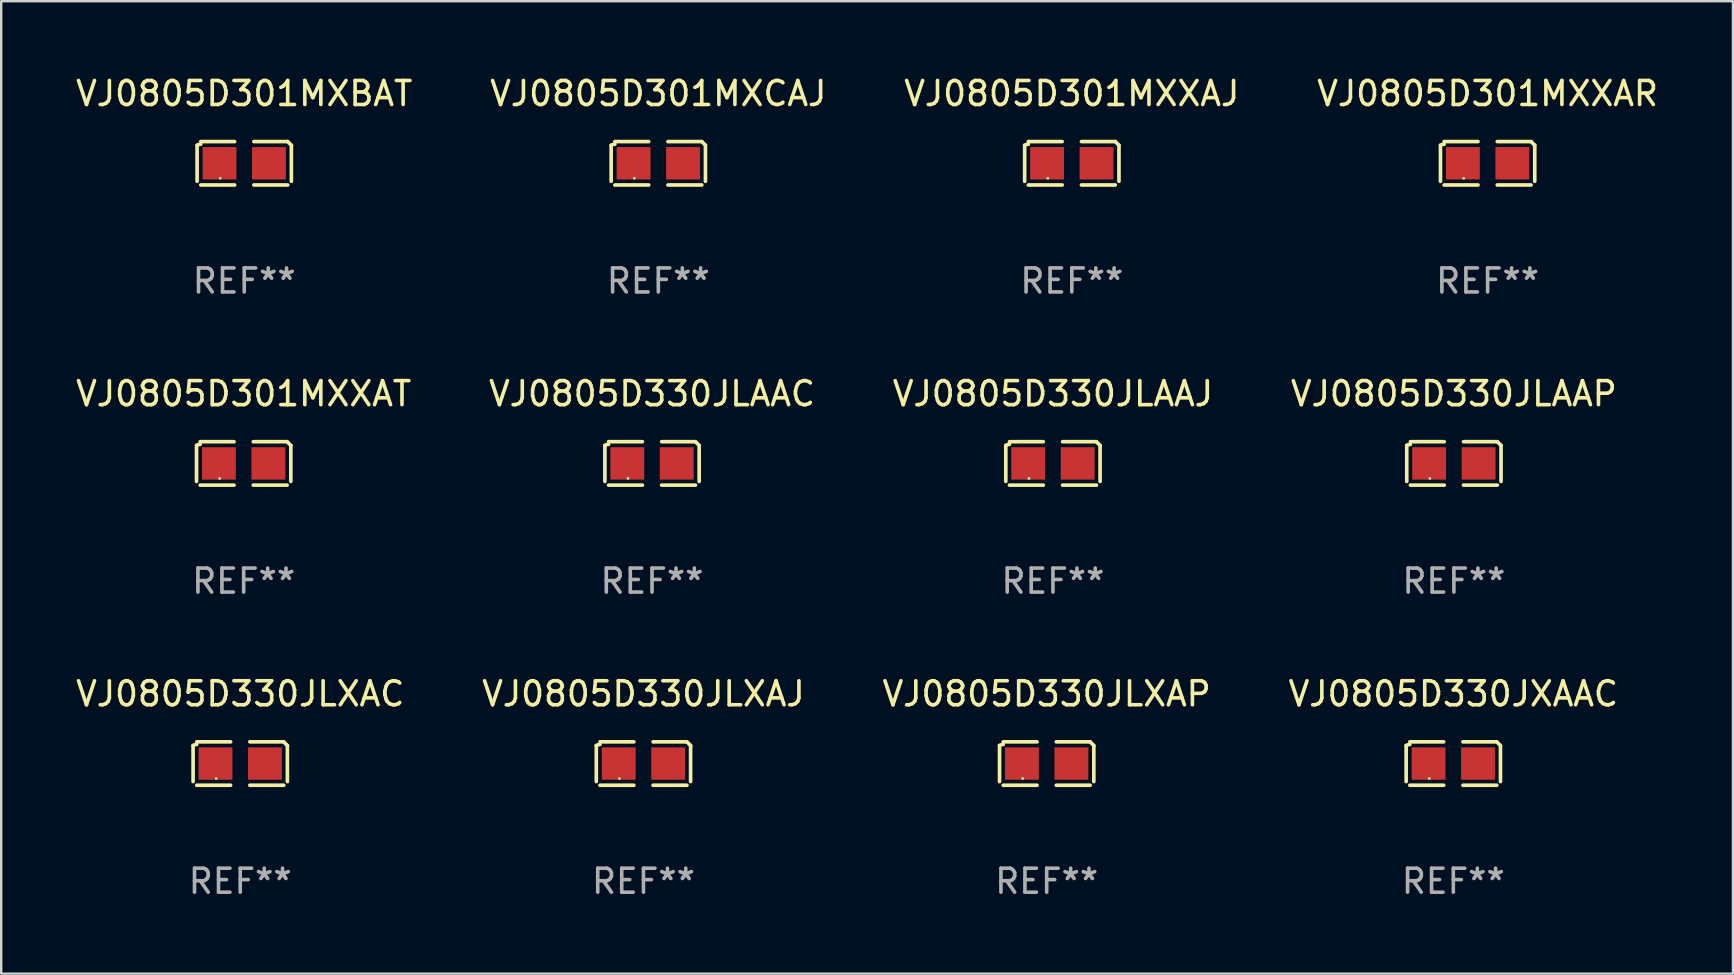
<source format=kicad_pcb>
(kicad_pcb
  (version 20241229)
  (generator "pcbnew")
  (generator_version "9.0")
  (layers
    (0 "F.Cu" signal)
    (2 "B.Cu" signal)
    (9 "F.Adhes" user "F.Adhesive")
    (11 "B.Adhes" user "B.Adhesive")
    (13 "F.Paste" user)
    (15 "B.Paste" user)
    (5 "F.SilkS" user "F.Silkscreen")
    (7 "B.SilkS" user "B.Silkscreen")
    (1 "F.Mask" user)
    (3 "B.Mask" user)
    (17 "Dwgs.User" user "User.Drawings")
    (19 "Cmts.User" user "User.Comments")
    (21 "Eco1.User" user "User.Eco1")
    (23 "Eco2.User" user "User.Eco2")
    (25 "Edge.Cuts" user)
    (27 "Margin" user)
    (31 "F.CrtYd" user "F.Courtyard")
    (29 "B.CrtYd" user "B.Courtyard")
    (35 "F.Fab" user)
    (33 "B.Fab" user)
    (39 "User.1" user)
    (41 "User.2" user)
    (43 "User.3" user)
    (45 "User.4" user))
  (footprint "VJ0805D330JLXAJ"
    (layer "F.Cu")
    (at 23.756 28.759)
    (property "Reference" "VJ0805D330JLXAJ" (at 0 -2.904 0) (layer "F.SilkS") (effects (font (size 1 1) (thickness 0.15))))
    (attr through_hole)
    (fp_line (start -1.964 0.751) (end -1.964 -0.751) (stroke (width 0.152) (type solid)) (layer "F.SilkS"))
    (fp_line (start -1.811 -0.904) (end -0.401 -0.904) (stroke (width 0.152) (type solid)) (layer "F.SilkS"))
    (fp_line (start -0.401 0.904) (end -1.811 0.904) (stroke (width 0.152) (type solid)) (layer "F.SilkS"))
    (fp_line (start 0.401 0.904) (end 1.811 0.904) (stroke (width 0.152) (type solid)) (layer "F.SilkS"))
    (fp_line (start 1.811 -0.904) (end 0.401 -0.904) (stroke (width 0.152) (type solid)) (layer "F.SilkS"))
    (fp_line (start 1.964 0.751) (end 1.964 -0.751) (stroke (width 0.152) (type solid)) (layer "F.SilkS"))
    (fp_arc (start -1.963602 -0.751207) (mid -1.890354 -0.783131) (end -1.811201 -0.794044) (stroke (width 0.1524) (type solid)) (layer "F.SilkS"))
    (fp_arc (start 1.811202 -0.903607) (mid 1.887413 -0.827418) (end 1.963602 -0.751207) (stroke (width 0.1524) (type solid)) (layer "F.SilkS"))
    (fp_circle (center -1 0.625) (end -0.97 0.625) (stroke (width 0.06) (type solid)) (fill no) (layer "F.SilkS"))
    (fp_text user "REF**" (at 0 4.904 0) (layer "F.Fab") (effects (font (size 1 1) (thickness 0.15))))
    (pad "1" smd rect (at -1.03 0) (size 1.41 1.35) (layers "F.Cu" "F.Mask" "F.Paste"))
    (pad "2" smd rect (at 1.03 0) (size 1.41 1.35) (layers "F.Cu" "F.Mask" "F.Paste")))
  (footprint "VJ0805D301MXCAJ"
    (layer "F.Cu")
    (at 24.375 3.752)
    (property "Reference" "VJ0805D301MXCAJ" (at 0 -2.904 0) (layer "F.SilkS") (effects (font (size 1 1) (thickness 0.15))))
    (attr through_hole)
    (fp_line (start -1.964 0.751) (end -1.964 -0.751) (stroke (width 0.152) (type solid)) (layer "F.SilkS"))
    (fp_line (start -1.811 -0.904) (end -0.401 -0.904) (stroke (width 0.152) (type solid)) (layer "F.SilkS"))
    (fp_line (start -0.401 0.904) (end -1.811 0.904) (stroke (width 0.152) (type solid)) (layer "F.SilkS"))
    (fp_line (start 0.401 0.904) (end 1.811 0.904) (stroke (width 0.152) (type solid)) (layer "F.SilkS"))
    (fp_line (start 1.811 -0.904) (end 0.401 -0.904) (stroke (width 0.152) (type solid)) (layer "F.SilkS"))
    (fp_line (start 1.964 0.751) (end 1.964 -0.751) (stroke (width 0.152) (type solid)) (layer "F.SilkS"))
    (fp_arc (start -1.963602 -0.751207) (mid -1.890354 -0.783131) (end -1.811201 -0.794044) (stroke (width 0.1524) (type solid)) (layer "F.SilkS"))
    (fp_arc (start 1.811202 -0.903607) (mid 1.887413 -0.827418) (end 1.963602 -0.751207) (stroke (width 0.1524) (type solid)) (layer "F.SilkS"))
    (fp_circle (center -1 0.625) (end -0.97 0.625) (stroke (width 0.06) (type solid)) (fill no) (layer "F.SilkS"))
    (fp_text user "REF**" (at 0 4.904 0) (layer "F.Fab") (effects (font (size 1 1) (thickness 0.15))))
    (pad "1" smd rect (at -1.03 0) (size 1.41 1.35) (layers "F.Cu" "F.Mask" "F.Paste"))
    (pad "2" smd rect (at 1.03 0) (size 1.41 1.35) (layers "F.Cu" "F.Mask" "F.Paste")))
  (footprint "VJ0805D301MXXAJ"
    (layer "F.Cu")
    (at 41.601 3.752)
    (property "Reference" "VJ0805D301MXXAJ" (at 0 -2.904 0) (layer "F.SilkS") (effects (font (size 1 1) (thickness 0.15))))
    (attr through_hole)
    (fp_line (start -1.964 0.751) (end -1.964 -0.751) (stroke (width 0.152) (type solid)) (layer "F.SilkS"))
    (fp_line (start -1.811 -0.904) (end -0.401 -0.904) (stroke (width 0.152) (type solid)) (layer "F.SilkS"))
    (fp_line (start -0.401 0.904) (end -1.811 0.904) (stroke (width 0.152) (type solid)) (layer "F.SilkS"))
    (fp_line (start 0.401 0.904) (end 1.811 0.904) (stroke (width 0.152) (type solid)) (layer "F.SilkS"))
    (fp_line (start 1.811 -0.904) (end 0.401 -0.904) (stroke (width 0.152) (type solid)) (layer "F.SilkS"))
    (fp_line (start 1.964 0.751) (end 1.964 -0.751) (stroke (width 0.152) (type solid)) (layer "F.SilkS"))
    (fp_arc (start -1.963602 -0.751207) (mid -1.890354 -0.783131) (end -1.811201 -0.794044) (stroke (width 0.1524) (type solid)) (layer "F.SilkS"))
    (fp_arc (start 1.811202 -0.903607) (mid 1.887413 -0.827418) (end 1.963602 -0.751207) (stroke (width 0.1524) (type solid)) (layer "F.SilkS"))
    (fp_circle (center -1 0.625) (end -0.97 0.625) (stroke (width 0.06) (type solid)) (fill no) (layer "F.SilkS"))
    (fp_text user "REF**" (at 0 4.904 0) (layer "F.Fab") (effects (font (size 1 1) (thickness 0.15))))
    (pad "1" smd rect (at -1.03 0) (size 1.41 1.35) (layers "F.Cu" "F.Mask" "F.Paste"))
    (pad "2" smd rect (at 1.03 0) (size 1.41 1.35) (layers "F.Cu" "F.Mask" "F.Paste")))
  (footprint "VJ0805D330JLXAC"
    (layer "F.Cu")
    (at 6.958 28.759)
    (property "Reference" "VJ0805D330JLXAC" (at 0 -2.904 0) (layer "F.SilkS") (effects (font (size 1 1) (thickness 0.15))))
    (attr through_hole)
    (fp_line (start -1.964 0.751) (end -1.964 -0.751) (stroke (width 0.152) (type solid)) (layer "F.SilkS"))
    (fp_line (start -1.811 -0.904) (end -0.401 -0.904) (stroke (width 0.152) (type solid)) (layer "F.SilkS"))
    (fp_line (start -0.401 0.904) (end -1.811 0.904) (stroke (width 0.152) (type solid)) (layer "F.SilkS"))
    (fp_line (start 0.401 0.904) (end 1.811 0.904) (stroke (width 0.152) (type solid)) (layer "F.SilkS"))
    (fp_line (start 1.811 -0.904) (end 0.401 -0.904) (stroke (width 0.152) (type solid)) (layer "F.SilkS"))
    (fp_line (start 1.964 0.751) (end 1.964 -0.751) (stroke (width 0.152) (type solid)) (layer "F.SilkS"))
    (fp_arc (start -1.963602 -0.751207) (mid -1.890354 -0.783131) (end -1.811201 -0.794044) (stroke (width 0.1524) (type solid)) (layer "F.SilkS"))
    (fp_arc (start 1.811202 -0.903607) (mid 1.887413 -0.827418) (end 1.963602 -0.751207) (stroke (width 0.1524) (type solid)) (layer "F.SilkS"))
    (fp_circle (center -1 0.625) (end -0.97 0.625) (stroke (width 0.06) (type solid)) (fill no) (layer "F.SilkS"))
    (fp_text user "REF**" (at 0 4.904 0) (layer "F.Fab") (effects (font (size 1 1) (thickness 0.15))))
    (pad "1" smd rect (at -1.03 0) (size 1.41 1.35) (layers "F.Cu" "F.Mask" "F.Paste"))
    (pad "2" smd rect (at 1.03 0) (size 1.41 1.35) (layers "F.Cu" "F.Mask" "F.Paste")))
  (footprint "VJ0805D330JXAAC"
    (layer "F.Cu")
    (at 57.494 28.759)
    (property "Reference" "VJ0805D330JXAAC" (at 0 -2.904 0) (layer "F.SilkS") (effects (font (size 1 1) (thickness 0.15))))
    (attr through_hole)
    (fp_line (start -1.964 0.751) (end -1.964 -0.751) (stroke (width 0.152) (type solid)) (layer "F.SilkS"))
    (fp_line (start -1.811 -0.904) (end -0.401 -0.904) (stroke (width 0.152) (type solid)) (layer "F.SilkS"))
    (fp_line (start -0.401 0.904) (end -1.811 0.904) (stroke (width 0.152) (type solid)) (layer "F.SilkS"))
    (fp_line (start 0.401 0.904) (end 1.811 0.904) (stroke (width 0.152) (type solid)) (layer "F.SilkS"))
    (fp_line (start 1.811 -0.904) (end 0.401 -0.904) (stroke (width 0.152) (type solid)) (layer "F.SilkS"))
    (fp_line (start 1.964 0.751) (end 1.964 -0.751) (stroke (width 0.152) (type solid)) (layer "F.SilkS"))
    (fp_arc (start -1.963602 -0.751207) (mid -1.890354 -0.783131) (end -1.811201 -0.794044) (stroke (width 0.1524) (type solid)) (layer "F.SilkS"))
    (fp_arc (start 1.811202 -0.903607) (mid 1.887413 -0.827418) (end 1.963602 -0.751207) (stroke (width 0.1524) (type solid)) (layer "F.SilkS"))
    (fp_circle (center -1 0.625) (end -0.97 0.625) (stroke (width 0.06) (type solid)) (fill no) (layer "F.SilkS"))
    (fp_text user "REF**" (at 0 4.904 0) (layer "F.Fab") (effects (font (size 1 1) (thickness 0.15))))
    (pad "1" smd rect (at -1.03 0) (size 1.41 1.35) (layers "F.Cu" "F.Mask" "F.Paste"))
    (pad "2" smd rect (at 1.03 0) (size 1.41 1.35) (layers "F.Cu" "F.Mask" "F.Paste")))
  (footprint "VJ0805D301MXXAR"
    (layer "F.Cu")
    (at 58.923 3.752)
    (property "Reference" "VJ0805D301MXXAR" (at 0 -2.904 0) (layer "F.SilkS") (effects (font (size 1 1) (thickness 0.15))))
    (attr through_hole)
    (fp_line (start -1.964 0.751) (end -1.964 -0.751) (stroke (width 0.152) (type solid)) (layer "F.SilkS"))
    (fp_line (start -1.811 -0.904) (end -0.401 -0.904) (stroke (width 0.152) (type solid)) (layer "F.SilkS"))
    (fp_line (start -0.401 0.904) (end -1.811 0.904) (stroke (width 0.152) (type solid)) (layer "F.SilkS"))
    (fp_line (start 0.401 0.904) (end 1.811 0.904) (stroke (width 0.152) (type solid)) (layer "F.SilkS"))
    (fp_line (start 1.811 -0.904) (end 0.401 -0.904) (stroke (width 0.152) (type solid)) (layer "F.SilkS"))
    (fp_line (start 1.964 0.751) (end 1.964 -0.751) (stroke (width 0.152) (type solid)) (layer "F.SilkS"))
    (fp_arc (start -1.963602 -0.751207) (mid -1.890354 -0.783131) (end -1.811201 -0.794044) (stroke (width 0.1524) (type solid)) (layer "F.SilkS"))
    (fp_arc (start 1.811202 -0.903607) (mid 1.887413 -0.827418) (end 1.963602 -0.751207) (stroke (width 0.1524) (type solid)) (layer "F.SilkS"))
    (fp_circle (center -1 0.625) (end -0.97 0.625) (stroke (width 0.06) (type solid)) (fill no) (layer "F.SilkS"))
    (fp_text user "REF**" (at 0 4.904 0) (layer "F.Fab") (effects (font (size 1 1) (thickness 0.15))))
    (pad "1" smd rect (at -1.03 0) (size 1.41 1.35) (layers "F.Cu" "F.Mask" "F.Paste"))
    (pad "2" smd rect (at 1.03 0) (size 1.41 1.35) (layers "F.Cu" "F.Mask" "F.Paste")))
  (footprint "VJ0805D301MXBAT"
    (layer "F.Cu")
    (at 7.125 3.752)
    (property "Reference" "VJ0805D301MXBAT" (at 0 -2.904 0) (layer "F.SilkS") (effects (font (size 1 1) (thickness 0.15))))
    (attr through_hole)
    (fp_line (start -1.964 0.751) (end -1.964 -0.751) (stroke (width 0.152) (type solid)) (layer "F.SilkS"))
    (fp_line (start -1.811 -0.904) (end -0.401 -0.904) (stroke (width 0.152) (type solid)) (layer "F.SilkS"))
    (fp_line (start -0.401 0.904) (end -1.811 0.904) (stroke (width 0.152) (type solid)) (layer "F.SilkS"))
    (fp_line (start 0.401 0.904) (end 1.811 0.904) (stroke (width 0.152) (type solid)) (layer "F.SilkS"))
    (fp_line (start 1.811 -0.904) (end 0.401 -0.904) (stroke (width 0.152) (type solid)) (layer "F.SilkS"))
    (fp_line (start 1.964 0.751) (end 1.964 -0.751) (stroke (width 0.152) (type solid)) (layer "F.SilkS"))
    (fp_arc (start -1.963602 -0.751207) (mid -1.890354 -0.783131) (end -1.811201 -0.794044) (stroke (width 0.1524) (type solid)) (layer "F.SilkS"))
    (fp_arc (start 1.811202 -0.903607) (mid 1.887413 -0.827418) (end 1.963602 -0.751207) (stroke (width 0.1524) (type solid)) (layer "F.SilkS"))
    (fp_circle (center -1 0.625) (end -0.97 0.625) (stroke (width 0.06) (type solid)) (fill no) (layer "F.SilkS"))
    (fp_text user "REF**" (at 0 4.904 0) (layer "F.Fab") (effects (font (size 1 1) (thickness 0.15))))
    (pad "1" smd rect (at -1.03 0) (size 1.41 1.35) (layers "F.Cu" "F.Mask" "F.Paste"))
    (pad "2" smd rect (at 1.03 0) (size 1.41 1.35) (layers "F.Cu" "F.Mask" "F.Paste")))
  (footprint "VJ0805D330JLXAP"
    (layer "F.Cu")
    (at 40.554 28.759)
    (property "Reference" "VJ0805D330JLXAP" (at 0 -2.904 0) (layer "F.SilkS") (effects (font (size 1 1) (thickness 0.15))))
    (attr through_hole)
    (fp_line (start -1.964 0.751) (end -1.964 -0.751) (stroke (width 0.152) (type solid)) (layer "F.SilkS"))
    (fp_line (start -1.811 -0.904) (end -0.401 -0.904) (stroke (width 0.152) (type solid)) (layer "F.SilkS"))
    (fp_line (start -0.401 0.904) (end -1.811 0.904) (stroke (width 0.152) (type solid)) (layer "F.SilkS"))
    (fp_line (start 0.401 0.904) (end 1.811 0.904) (stroke (width 0.152) (type solid)) (layer "F.SilkS"))
    (fp_line (start 1.811 -0.904) (end 0.401 -0.904) (stroke (width 0.152) (type solid)) (layer "F.SilkS"))
    (fp_line (start 1.964 0.751) (end 1.964 -0.751) (stroke (width 0.152) (type solid)) (layer "F.SilkS"))
    (fp_arc (start -1.963602 -0.751207) (mid -1.890354 -0.783131) (end -1.811201 -0.794044) (stroke (width 0.1524) (type solid)) (layer "F.SilkS"))
    (fp_arc (start 1.811202 -0.903607) (mid 1.887413 -0.827418) (end 1.963602 -0.751207) (stroke (width 0.1524) (type solid)) (layer "F.SilkS"))
    (fp_circle (center -1 0.625) (end -0.97 0.625) (stroke (width 0.06) (type solid)) (fill no) (layer "F.SilkS"))
    (fp_text user "REF**" (at 0 4.904 0) (layer "F.Fab") (effects (font (size 1 1) (thickness 0.15))))
    (pad "1" smd rect (at -1.03 0) (size 1.41 1.35) (layers "F.Cu" "F.Mask" "F.Paste"))
    (pad "2" smd rect (at 1.03 0) (size 1.41 1.35) (layers "F.Cu" "F.Mask" "F.Paste")))
  (footprint "VJ0805D301MXXAT"
    (layer "F.Cu")
    (at 7.101 16.256)
    (property "Reference" "VJ0805D301MXXAT" (at 0 -2.904 0) (layer "F.SilkS") (effects (font (size 1 1) (thickness 0.15))))
    (attr through_hole)
    (fp_line (start -1.964 0.751) (end -1.964 -0.751) (stroke (width 0.152) (type solid)) (layer "F.SilkS"))
    (fp_line (start -1.811 -0.904) (end -0.401 -0.904) (stroke (width 0.152) (type solid)) (layer "F.SilkS"))
    (fp_line (start -0.401 0.904) (end -1.811 0.904) (stroke (width 0.152) (type solid)) (layer "F.SilkS"))
    (fp_line (start 0.401 0.904) (end 1.811 0.904) (stroke (width 0.152) (type solid)) (layer "F.SilkS"))
    (fp_line (start 1.811 -0.904) (end 0.401 -0.904) (stroke (width 0.152) (type solid)) (layer "F.SilkS"))
    (fp_line (start 1.964 0.751) (end 1.964 -0.751) (stroke (width 0.152) (type solid)) (layer "F.SilkS"))
    (fp_arc (start -1.963602 -0.751207) (mid -1.890354 -0.783131) (end -1.811201 -0.794044) (stroke (width 0.1524) (type solid)) (layer "F.SilkS"))
    (fp_arc (start 1.811202 -0.903607) (mid 1.887413 -0.827418) (end 1.963602 -0.751207) (stroke (width 0.1524) (type solid)) (layer "F.SilkS"))
    (fp_circle (center -1 0.625) (end -0.97 0.625) (stroke (width 0.06) (type solid)) (fill no) (layer "F.SilkS"))
    (fp_text user "REF**" (at 0 4.904 0) (layer "F.Fab") (effects (font (size 1 1) (thickness 0.15))))
    (pad "1" smd rect (at -1.03 0) (size 1.41 1.35) (layers "F.Cu" "F.Mask" "F.Paste"))
    (pad "2" smd rect (at 1.03 0) (size 1.41 1.35) (layers "F.Cu" "F.Mask" "F.Paste")))
  (footprint "VJ0805D330JLAAC"
    (layer "F.Cu")
    (at 24.113 16.256)
    (property "Reference" "VJ0805D330JLAAC" (at 0 -2.904 0) (layer "F.SilkS") (effects (font (size 1 1) (thickness 0.15))))
    (attr through_hole)
    (fp_line (start -1.964 0.751) (end -1.964 -0.751) (stroke (width 0.152) (type solid)) (layer "F.SilkS"))
    (fp_line (start -1.811 -0.904) (end -0.401 -0.904) (stroke (width 0.152) (type solid)) (layer "F.SilkS"))
    (fp_line (start -0.401 0.904) (end -1.811 0.904) (stroke (width 0.152) (type solid)) (layer "F.SilkS"))
    (fp_line (start 0.401 0.904) (end 1.811 0.904) (stroke (width 0.152) (type solid)) (layer "F.SilkS"))
    (fp_line (start 1.811 -0.904) (end 0.401 -0.904) (stroke (width 0.152) (type solid)) (layer "F.SilkS"))
    (fp_line (start 1.964 0.751) (end 1.964 -0.751) (stroke (width 0.152) (type solid)) (layer "F.SilkS"))
    (fp_arc (start -1.963602 -0.751207) (mid -1.890354 -0.783131) (end -1.811201 -0.794044) (stroke (width 0.1524) (type solid)) (layer "F.SilkS"))
    (fp_arc (start 1.811202 -0.903607) (mid 1.887413 -0.827418) (end 1.963602 -0.751207) (stroke (width 0.1524) (type solid)) (layer "F.SilkS"))
    (fp_circle (center -1 0.625) (end -0.97 0.625) (stroke (width 0.06) (type solid)) (fill no) (layer "F.SilkS"))
    (fp_text user "REF**" (at 0 4.904 0) (layer "F.Fab") (effects (font (size 1 1) (thickness 0.15))))
    (pad "1" smd rect (at -1.03 0) (size 1.41 1.35) (layers "F.Cu" "F.Mask" "F.Paste"))
    (pad "2" smd rect (at 1.03 0) (size 1.41 1.35) (layers "F.Cu" "F.Mask" "F.Paste")))
  (footprint "VJ0805D330JLAAJ"
    (layer "F.Cu")
    (at 40.815 16.256)
    (property "Reference" "VJ0805D330JLAAJ" (at 0 -2.904 0) (layer "F.SilkS") (effects (font (size 1 1) (thickness 0.15))))
    (attr through_hole)
    (fp_line (start -1.964 0.751) (end -1.964 -0.751) (stroke (width 0.152) (type solid)) (layer "F.SilkS"))
    (fp_line (start -1.811 -0.904) (end -0.401 -0.904) (stroke (width 0.152) (type solid)) (layer "F.SilkS"))
    (fp_line (start -0.401 0.904) (end -1.811 0.904) (stroke (width 0.152) (type solid)) (layer "F.SilkS"))
    (fp_line (start 0.401 0.904) (end 1.811 0.904) (stroke (width 0.152) (type solid)) (layer "F.SilkS"))
    (fp_line (start 1.811 -0.904) (end 0.401 -0.904) (stroke (width 0.152) (type solid)) (layer "F.SilkS"))
    (fp_line (start 1.964 0.751) (end 1.964 -0.751) (stroke (width 0.152) (type solid)) (layer "F.SilkS"))
    (fp_arc (start -1.963602 -0.751207) (mid -1.890354 -0.783131) (end -1.811201 -0.794044) (stroke (width 0.1524) (type solid)) (layer "F.SilkS"))
    (fp_arc (start 1.811202 -0.903607) (mid 1.887413 -0.827418) (end 1.963602 -0.751207) (stroke (width 0.1524) (type solid)) (layer "F.SilkS"))
    (fp_circle (center -1 0.625) (end -0.97 0.625) (stroke (width 0.06) (type solid)) (fill no) (layer "F.SilkS"))
    (fp_text user "REF**" (at 0 4.904 0) (layer "F.Fab") (effects (font (size 1 1) (thickness 0.15))))
    (pad "1" smd rect (at -1.03 0) (size 1.41 1.35) (layers "F.Cu" "F.Mask" "F.Paste"))
    (pad "2" smd rect (at 1.03 0) (size 1.41 1.35) (layers "F.Cu" "F.Mask" "F.Paste")))
  (footprint "VJ0805D330JLAAP"
    (layer "F.Cu")
    (at 57.518 16.256)
    (property "Reference" "VJ0805D330JLAAP" (at 0 -2.904 0) (layer "F.SilkS") (effects (font (size 1 1) (thickness 0.15))))
    (attr through_hole)
    (fp_line (start -1.964 0.751) (end -1.964 -0.751) (stroke (width 0.152) (type solid)) (layer "F.SilkS"))
    (fp_line (start -1.811 -0.904) (end -0.401 -0.904) (stroke (width 0.152) (type solid)) (layer "F.SilkS"))
    (fp_line (start -0.401 0.904) (end -1.811 0.904) (stroke (width 0.152) (type solid)) (layer "F.SilkS"))
    (fp_line (start 0.401 0.904) (end 1.811 0.904) (stroke (width 0.152) (type solid)) (layer "F.SilkS"))
    (fp_line (start 1.811 -0.904) (end 0.401 -0.904) (stroke (width 0.152) (type solid)) (layer "F.SilkS"))
    (fp_line (start 1.964 0.751) (end 1.964 -0.751) (stroke (width 0.152) (type solid)) (layer "F.SilkS"))
    (fp_arc (start -1.963602 -0.751207) (mid -1.890354 -0.783131) (end -1.811201 -0.794044) (stroke (width 0.1524) (type solid)) (layer "F.SilkS"))
    (fp_arc (start 1.811202 -0.903607) (mid 1.887413 -0.827418) (end 1.963602 -0.751207) (stroke (width 0.1524) (type solid)) (layer "F.SilkS"))
    (fp_circle (center -1 0.625) (end -0.97 0.625) (stroke (width 0.06) (type solid)) (fill no) (layer "F.SilkS"))
    (fp_text user "REF**" (at 0 4.904 0) (layer "F.Fab") (effects (font (size 1 1) (thickness 0.15))))
    (pad "1" smd rect (at -1.03 0) (size 1.41 1.35) (layers "F.Cu" "F.Mask" "F.Paste"))
    (pad "2" smd rect (at 1.03 0) (size 1.41 1.35) (layers "F.Cu" "F.Mask" "F.Paste")))
  (gr_rect
    (start -3 -3)
    (end 69.143 37.511)
    (stroke (width 0.1) (type default))
    (fill no)
    (layer "Edge.Cuts")))
</source>
